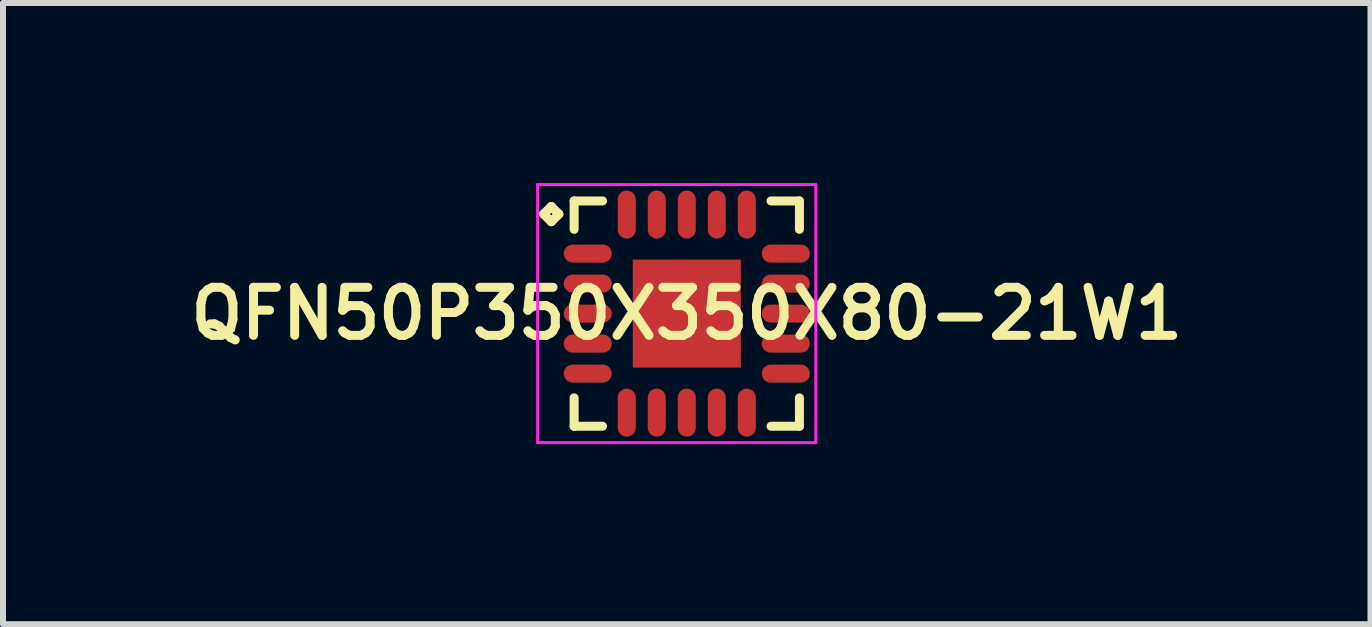
<source format=kicad_pcb>
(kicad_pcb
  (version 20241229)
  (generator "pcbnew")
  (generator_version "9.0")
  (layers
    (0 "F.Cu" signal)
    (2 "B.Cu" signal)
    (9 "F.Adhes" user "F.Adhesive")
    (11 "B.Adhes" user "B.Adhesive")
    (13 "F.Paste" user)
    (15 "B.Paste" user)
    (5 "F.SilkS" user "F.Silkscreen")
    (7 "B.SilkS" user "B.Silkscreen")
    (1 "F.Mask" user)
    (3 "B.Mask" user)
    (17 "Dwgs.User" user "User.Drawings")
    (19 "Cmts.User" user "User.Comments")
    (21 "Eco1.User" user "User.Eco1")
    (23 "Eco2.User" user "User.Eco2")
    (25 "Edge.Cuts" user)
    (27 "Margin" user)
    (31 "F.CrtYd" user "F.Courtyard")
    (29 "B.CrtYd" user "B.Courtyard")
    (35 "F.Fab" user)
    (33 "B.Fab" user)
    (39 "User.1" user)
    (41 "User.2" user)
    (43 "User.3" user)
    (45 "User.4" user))
  (footprint "QFN50P350X350X80-21W1"
    (layer "F.Cu")
    (at 8.393 2.175)
    (property "Reference" "QFN50P350X350X80-21W1" (at 0 0 0) (layer "F.SilkS") (effects (font (size 0.8 0.8) (thickness 0.15))))
    (attr smd)
    (fp_line (start -2.385 -1.658) (end -2.258 -1.785) (stroke (width 0.15) (type solid)) (layer "F.SilkS"))
    (fp_line (start -2.258 -1.785) (end -2.131 -1.658) (stroke (width 0.15) (type solid)) (layer "F.SilkS"))
    (fp_line (start -2.258 -1.531) (end -2.385 -1.658) (stroke (width 0.15) (type solid)) (layer "F.SilkS"))
    (fp_line (start -2.131 -1.658) (end -2.258 -1.531) (stroke (width 0.15) (type solid)) (layer "F.SilkS"))
    (fp_line (start -1.877 -1.877) (end -1.404 -1.877) (stroke (width 0.15) (type solid)) (layer "F.SilkS"))
    (fp_line (start -1.877 -1.404) (end -1.877 -1.877) (stroke (width 0.15) (type solid)) (layer "F.SilkS"))
    (fp_line (start -1.877 1.404) (end -1.877 1.877) (stroke (width 0.15) (type solid)) (layer "F.SilkS"))
    (fp_line (start -1.877 1.877) (end -1.404 1.877) (stroke (width 0.15) (type solid)) (layer "F.SilkS"))
    (fp_line (start 1.404 -1.877) (end 1.877 -1.877) (stroke (width 0.15) (type solid)) (layer "F.SilkS"))
    (fp_line (start 1.404 1.877) (end 1.877 1.877) (stroke (width 0.15) (type solid)) (layer "F.SilkS"))
    (fp_line (start 1.877 -1.877) (end 1.877 -1.404) (stroke (width 0.15) (type solid)) (layer "F.SilkS"))
    (fp_line (start 1.877 1.877) (end 1.877 1.404) (stroke (width 0.15) (type solid)) (layer "F.SilkS"))
    (fp_line (start -2.485 -2.15) (end 2.15 -2.15) (stroke (width 0.05) (type solid)) (layer "F.CrtYd"))
    (fp_line (start -2.485 2.15) (end -2.485 -2.15) (stroke (width 0.05) (type solid)) (layer "F.CrtYd"))
    (fp_line (start 2.15 -2.15) (end 2.15 2.15) (stroke (width 0.05) (type solid)) (layer "F.CrtYd"))
    (fp_line (start 2.15 2.15) (end -2.485 2.15) (stroke (width 0.05) (type solid)) (layer "F.CrtYd"))
    (pad "1" smd oval (at -1.65 -1) (size 0.8 0.3) (layers "F.Cu" "F.Mask" "F.Paste"))
    (pad "2" smd oval (at -1.65 -0.5) (size 0.8 0.3) (layers "F.Cu" "F.Mask" "F.Paste"))
    (pad "3" smd oval (at -1.65 0) (size 0.8 0.3) (layers "F.Cu" "F.Mask" "F.Paste"))
    (pad "4" smd oval (at -1.65 0.5) (size 0.8 0.3) (layers "F.Cu" "F.Mask" "F.Paste"))
    (pad "5" smd oval (at -1.65 1) (size 0.8 0.3) (layers "F.Cu" "F.Mask" "F.Paste"))
    (pad "6" smd oval (at -1 1.65) (size 0.3 0.8) (layers "F.Cu" "F.Mask" "F.Paste"))
    (pad "7" smd oval (at -0.5 1.65) (size 0.3 0.8) (layers "F.Cu" "F.Mask" "F.Paste"))
    (pad "8" smd oval (at 0 1.65) (size 0.3 0.8) (layers "F.Cu" "F.Mask" "F.Paste"))
    (pad "9" smd oval (at 0.5 1.65) (size 0.3 0.8) (layers "F.Cu" "F.Mask" "F.Paste"))
    (pad "10" smd oval (at 1 1.65) (size 0.3 0.8) (layers "F.Cu" "F.Mask" "F.Paste"))
    (pad "11" smd oval (at 1.65 1) (size 0.8 0.3) (layers "F.Cu" "F.Mask" "F.Paste"))
    (pad "12" smd oval (at 1.65 0.5) (size 0.8 0.3) (layers "F.Cu" "F.Mask" "F.Paste"))
    (pad "13" smd oval (at 1.65 0) (size 0.8 0.3) (layers "F.Cu" "F.Mask" "F.Paste"))
    (pad "14" smd oval (at 1.65 -0.5) (size 0.8 0.3) (layers "F.Cu" "F.Mask" "F.Paste"))
    (pad "15" smd oval (at 1.65 -1) (size 0.8 0.3) (layers "F.Cu" "F.Mask" "F.Paste"))
    (pad "16" smd oval (at 1 -1.65) (size 0.3 0.8) (layers "F.Cu" "F.Mask" "F.Paste"))
    (pad "17" smd oval (at 0.5 -1.65) (size 0.3 0.8) (layers "F.Cu" "F.Mask" "F.Paste"))
    (pad "18" smd oval (at 0 -1.65) (size 0.3 0.8) (layers "F.Cu" "F.Mask" "F.Paste"))
    (pad "19" smd oval (at -0.5 -1.65) (size 0.3 0.8) (layers "F.Cu" "F.Mask" "F.Paste"))
    (pad "20" smd oval (at -1 -1.65) (size 0.3 0.8) (layers "F.Cu" "F.Mask" "F.Paste"))
    (pad "21" smd rect (at 0 0) (size 1.8 1.8) (layers "F.Cu" "F.Mask" "F.Paste")))
  (gr_rect
    (start -3 -3)
    (end 19.785 7.35)
    (stroke (width 0.1) (type default))
    (fill no)
    (layer "Edge.Cuts")))
</source>
